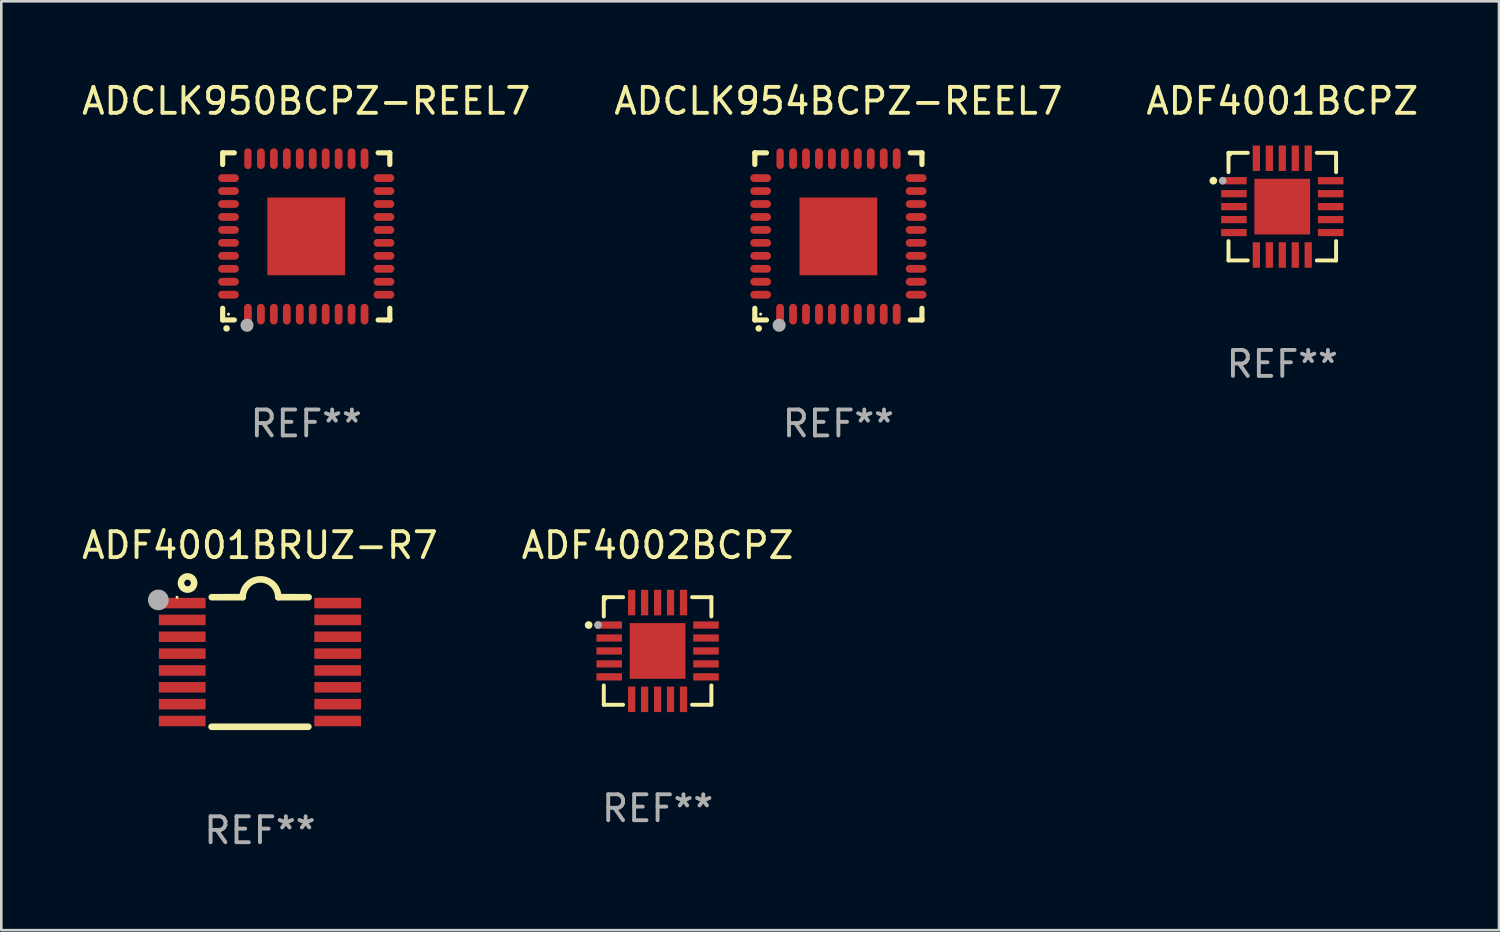
<source format=kicad_pcb>
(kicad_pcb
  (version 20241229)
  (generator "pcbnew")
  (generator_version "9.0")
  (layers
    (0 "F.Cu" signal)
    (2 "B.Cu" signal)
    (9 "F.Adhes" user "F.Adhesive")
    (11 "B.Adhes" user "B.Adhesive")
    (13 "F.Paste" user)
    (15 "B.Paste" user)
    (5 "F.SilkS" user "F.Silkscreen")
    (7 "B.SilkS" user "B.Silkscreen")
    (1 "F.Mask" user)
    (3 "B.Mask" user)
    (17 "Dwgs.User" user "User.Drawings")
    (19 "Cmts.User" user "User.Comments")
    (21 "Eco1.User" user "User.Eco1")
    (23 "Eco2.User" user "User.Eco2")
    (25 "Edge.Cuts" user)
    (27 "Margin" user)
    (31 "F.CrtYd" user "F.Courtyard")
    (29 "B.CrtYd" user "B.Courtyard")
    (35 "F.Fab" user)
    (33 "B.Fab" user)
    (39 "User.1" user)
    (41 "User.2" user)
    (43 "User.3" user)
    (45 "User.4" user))
  (footprint "ADF4001BRUZ-R7"
    (layer "F.Cu")
    (at 6.982 22.496)
    (property "Reference" "ADF4001BRUZ-R7" (at 0 -4.501 0) (layer "F.SilkS") (effects (font (size 1 1) (thickness 0.15))))
    (attr through_hole)
    (fp_line (start -1.868 2.501) (end 1.868 2.501) (stroke (width 0.254) (type solid)) (layer "F.SilkS"))
    (fp_line (start -1.86 -2.499) (end -0.666 -2.501) (stroke (width 0.254) (type solid)) (layer "F.SilkS"))
    (fp_line (start 0.706 -2.501) (end 1.88 -2.499) (stroke (width 0.254) (type solid)) (layer "F.SilkS"))
    (fp_arc (start -0.665914 -2.501448) (mid 0.019888 -3.18725) (end 0.70569 -2.501448) (stroke (width 0.254001) (type solid)) (layer "F.SilkS"))
    (fp_circle (center -3.2 -2.497) (end -3.17 -2.497) (stroke (width 0.06) (type solid)) (fill no) (layer "F.SilkS"))
    (fp_circle (center -2.794 -3.047) (end -2.54 -3.047) (stroke (width 0.254) (type solid)) (fill no) (layer "F.SilkS"))
    (fp_circle (center -3.921 -2.395) (end -3.721 -2.395) (stroke (width 0.4) (type solid)) (fill no) (layer "F.Fab"))
    (fp_text user "REF**" (at 0 6.501 0) (layer "F.Fab") (effects (font (size 1 1) (thickness 0.15))))
    (pad "1" smd rect (at -3 -2.272) (size 1.803 0.406) (layers "F.Cu" "F.Mask" "F.Paste"))
    (pad "2" smd rect (at -3 -1.622) (size 1.803 0.406) (layers "F.Cu" "F.Mask" "F.Paste"))
    (pad "3" smd rect (at -3 -0.972) (size 1.803 0.406) (layers "F.Cu" "F.Mask" "F.Paste"))
    (pad "4" smd rect (at -3 -0.322) (size 1.803 0.406) (layers "F.Cu" "F.Mask" "F.Paste"))
    (pad "5" smd rect (at -3 0.328) (size 1.803 0.406) (layers "F.Cu" "F.Mask" "F.Paste"))
    (pad "6" smd rect (at -3 0.978) (size 1.803 0.406) (layers "F.Cu" "F.Mask" "F.Paste"))
    (pad "7" smd rect (at -3 1.628) (size 1.803 0.406) (layers "F.Cu" "F.Mask" "F.Paste"))
    (pad "8" smd rect (at -3 2.278) (size 1.803 0.406) (layers "F.Cu" "F.Mask" "F.Paste"))
    (pad "9" smd rect (at 3 2.278) (size 1.803 0.406) (layers "F.Cu" "F.Mask" "F.Paste"))
    (pad "10" smd rect (at 3 1.628) (size 1.803 0.406) (layers "F.Cu" "F.Mask" "F.Paste"))
    (pad "11" smd rect (at 3 0.978) (size 1.803 0.406) (layers "F.Cu" "F.Mask" "F.Paste"))
    (pad "12" smd rect (at 3 0.328) (size 1.803 0.406) (layers "F.Cu" "F.Mask" "F.Paste"))
    (pad "13" smd rect (at 3 -0.322) (size 1.803 0.406) (layers "F.Cu" "F.Mask" "F.Paste"))
    (pad "14" smd rect (at 3 -0.972) (size 1.803 0.406) (layers "F.Cu" "F.Mask" "F.Paste"))
    (pad "15" smd rect (at 3 -1.622) (size 1.803 0.406) (layers "F.Cu" "F.Mask" "F.Paste"))
    (pad "16" smd rect (at 3 -2.272) (size 1.803 0.406) (layers "F.Cu" "F.Mask" "F.Paste")))
  (footprint "ADCLK954BCPZ-REEL7"
    (layer "F.Cu")
    (at 29.304 6.073)
    (property "Reference" "ADCLK954BCPZ-REEL7" (at 0 -5.225 0) (layer "F.SilkS") (effects (font (size 1 1) (thickness 0.15))))
    (attr through_hole)
    (fp_line (start -3.225 -3.225) (end -2.775 -3.225) (stroke (width 0.2) (type solid)) (layer "F.SilkS"))
    (fp_line (start -3.225 -2.775) (end -3.225 -3.225) (stroke (width 0.2) (type solid)) (layer "F.SilkS"))
    (fp_line (start -3.225 3.225) (end -3.225 2.775) (stroke (width 0.2) (type solid)) (layer "F.SilkS"))
    (fp_line (start -2.775 3.225) (end -3.225 3.225) (stroke (width 0.2) (type solid)) (layer "F.SilkS"))
    (fp_line (start 2.775 3.225) (end 3.225 3.225) (stroke (width 0.2) (type solid)) (layer "F.SilkS"))
    (fp_line (start 3.225 -3.225) (end 2.775 -3.225) (stroke (width 0.2) (type solid)) (layer "F.SilkS"))
    (fp_line (start 3.225 -2.775) (end 3.225 -3.225) (stroke (width 0.2) (type solid)) (layer "F.SilkS"))
    (fp_line (start 3.225 3.225) (end 3.225 2.775) (stroke (width 0.2) (type solid)) (layer "F.SilkS"))
    (fp_arc (start -3.075946 3.55094) (mid -3.074676 3.550934) (end -3.073406 3.55094) (stroke (width 0.25) (type solid)) (layer "F.SilkS"))
    (fp_circle (center -3 3) (end -2.97 3) (stroke (width 0.06) (type solid)) (fill no) (layer "F.SilkS"))
    (fp_circle (center -2.286 3.429) (end -2.159 3.429) (stroke (width 0.254) (type solid)) (fill no) (layer "F.Fab"))
    (fp_text user "REF**" (at 0 7.225 0) (layer "F.Fab") (effects (font (size 1 1) (thickness 0.15))))
    (pad "1" smd oval (at -2.25 3 180) (size 0.3 0.8) (layers "F.Cu" "F.Mask" "F.Paste"))
    (pad "2" smd oval (at -1.75 3 180) (size 0.3 0.8) (layers "F.Cu" "F.Mask" "F.Paste"))
    (pad "3" smd oval (at -1.25 3 180) (size 0.3 0.8) (layers "F.Cu" "F.Mask" "F.Paste"))
    (pad "4" smd oval (at -0.75 3 180) (size 0.3 0.8) (layers "F.Cu" "F.Mask" "F.Paste"))
    (pad "5" smd oval (at -0.25 3 180) (size 0.3 0.8) (layers "F.Cu" "F.Mask" "F.Paste"))
    (pad "6" smd oval (at 0.25 3 180) (size 0.3 0.8) (layers "F.Cu" "F.Mask" "F.Paste"))
    (pad "7" smd oval (at 0.75 3 180) (size 0.3 0.8) (layers "F.Cu" "F.Mask" "F.Paste"))
    (pad "8" smd oval (at 1.25 3 180) (size 0.3 0.8) (layers "F.Cu" "F.Mask" "F.Paste"))
    (pad "9" smd oval (at 1.75 3 180) (size 0.3 0.8) (layers "F.Cu" "F.Mask" "F.Paste"))
    (pad "10" smd oval (at 2.25 3 180) (size 0.3 0.8) (layers "F.Cu" "F.Mask" "F.Paste"))
    (pad "11" smd oval (at 3 2.25 90) (size 0.3 0.8) (layers "F.Cu" "F.Mask" "F.Paste"))
    (pad "12" smd oval (at 3 1.75 90) (size 0.3 0.8) (layers "F.Cu" "F.Mask" "F.Paste"))
    (pad "13" smd oval (at 3 1.25 90) (size 0.3 0.8) (layers "F.Cu" "F.Mask" "F.Paste"))
    (pad "14" smd oval (at 3 0.75 90) (size 0.3 0.8) (layers "F.Cu" "F.Mask" "F.Paste"))
    (pad "15" smd oval (at 3 0.25 90) (size 0.3 0.8) (layers "F.Cu" "F.Mask" "F.Paste"))
    (pad "16" smd oval (at 3 -0.25 90) (size 0.3 0.8) (layers "F.Cu" "F.Mask" "F.Paste"))
    (pad "17" smd oval (at 3 -0.75 90) (size 0.3 0.8) (layers "F.Cu" "F.Mask" "F.Paste"))
    (pad "18" smd oval (at 3 -1.25 90) (size 0.3 0.8) (layers "F.Cu" "F.Mask" "F.Paste"))
    (pad "19" smd oval (at 3 -1.75 90) (size 0.3 0.8) (layers "F.Cu" "F.Mask" "F.Paste"))
    (pad "20" smd oval (at 3 -2.25 90) (size 0.3 0.8) (layers "F.Cu" "F.Mask" "F.Paste"))
    (pad "21" smd oval (at 2.25 -3 180) (size 0.3 0.8) (layers "F.Cu" "F.Mask" "F.Paste"))
    (pad "22" smd oval (at 1.75 -3 180) (size 0.3 0.8) (layers "F.Cu" "F.Mask" "F.Paste"))
    (pad "23" smd oval (at 1.25 -3 180) (size 0.3 0.8) (layers "F.Cu" "F.Mask" "F.Paste"))
    (pad "24" smd oval (at 0.75 -3 180) (size 0.3 0.8) (layers "F.Cu" "F.Mask" "F.Paste"))
    (pad "25" smd oval (at 0.25 -3 180) (size 0.3 0.8) (layers "F.Cu" "F.Mask" "F.Paste"))
    (pad "26" smd oval (at -0.25 -3 180) (size 0.3 0.8) (layers "F.Cu" "F.Mask" "F.Paste"))
    (pad "27" smd oval (at -0.75 -3 180) (size 0.3 0.8) (layers "F.Cu" "F.Mask" "F.Paste"))
    (pad "28" smd oval (at -1.25 -3 180) (size 0.3 0.8) (layers "F.Cu" "F.Mask" "F.Paste"))
    (pad "29" smd oval (at -1.75 -3 180) (size 0.3 0.8) (layers "F.Cu" "F.Mask" "F.Paste"))
    (pad "30" smd oval (at -2.25 -3 180) (size 0.28 0.8) (layers "F.Cu" "F.Mask" "F.Paste"))
    (pad "31" smd oval (at -3 -2.25 90) (size 0.3 0.8) (layers "F.Cu" "F.Mask" "F.Paste"))
    (pad "32" smd oval (at -3 -1.75 90) (size 0.3 0.8) (layers "F.Cu" "F.Mask" "F.Paste"))
    (pad "33" smd oval (at -3 -1.25 90) (size 0.3 0.8) (layers "F.Cu" "F.Mask" "F.Paste"))
    (pad "34" smd oval (at -3 -0.75 90) (size 0.3 0.8) (layers "F.Cu" "F.Mask" "F.Paste"))
    (pad "35" smd oval (at -3 -0.25 90) (size 0.3 0.8) (layers "F.Cu" "F.Mask" "F.Paste"))
    (pad "36" smd oval (at -3 0.25 90) (size 0.3 0.8) (layers "F.Cu" "F.Mask" "F.Paste"))
    (pad "37" smd oval (at -3 0.75 90) (size 0.3 0.8) (layers "F.Cu" "F.Mask" "F.Paste"))
    (pad "38" smd oval (at -3 1.25 90) (size 0.3 0.8) (layers "F.Cu" "F.Mask" "F.Paste"))
    (pad "39" smd oval (at -3 1.75 90) (size 0.3 0.8) (layers "F.Cu" "F.Mask" "F.Paste"))
    (pad "40" smd oval (at -3 2.25 90) (size 0.3 0.8) (layers "F.Cu" "F.Mask" "F.Paste"))
    (pad "41" smd rect (at -0.000025 -0.000013 90) (size 3 3) (layers "F.Cu" "F.Mask" "F.Paste")))
  (footprint "ADCLK950BCPZ-REEL7"
    (layer "F.Cu")
    (at 8.768 6.073)
    (property "Reference" "ADCLK950BCPZ-REEL7" (at 0 -5.225 0) (layer "F.SilkS") (effects (font (size 1 1) (thickness 0.15))))
    (attr through_hole)
    (fp_line (start -3.225 -3.225) (end -2.775 -3.225) (stroke (width 0.2) (type solid)) (layer "F.SilkS"))
    (fp_line (start -3.225 -2.775) (end -3.225 -3.225) (stroke (width 0.2) (type solid)) (layer "F.SilkS"))
    (fp_line (start -3.225 3.225) (end -3.225 2.775) (stroke (width 0.2) (type solid)) (layer "F.SilkS"))
    (fp_line (start -2.775 3.225) (end -3.225 3.225) (stroke (width 0.2) (type solid)) (layer "F.SilkS"))
    (fp_line (start 2.775 3.225) (end 3.225 3.225) (stroke (width 0.2) (type solid)) (layer "F.SilkS"))
    (fp_line (start 3.225 -3.225) (end 2.775 -3.225) (stroke (width 0.2) (type solid)) (layer "F.SilkS"))
    (fp_line (start 3.225 -2.775) (end 3.225 -3.225) (stroke (width 0.2) (type solid)) (layer "F.SilkS"))
    (fp_line (start 3.225 3.225) (end 3.225 2.775) (stroke (width 0.2) (type solid)) (layer "F.SilkS"))
    (fp_arc (start -3.075946 3.55094) (mid -3.074676 3.550934) (end -3.073406 3.55094) (stroke (width 0.25) (type solid)) (layer "F.SilkS"))
    (fp_circle (center -3 3) (end -2.97 3) (stroke (width 0.06) (type solid)) (fill no) (layer "F.SilkS"))
    (fp_circle (center -2.286 3.429) (end -2.159 3.429) (stroke (width 0.254) (type solid)) (fill no) (layer "F.Fab"))
    (fp_text user "REF**" (at 0 7.225 0) (layer "F.Fab") (effects (font (size 1 1) (thickness 0.15))))
    (pad "1" smd oval (at -2.25 3 180) (size 0.3 0.8) (layers "F.Cu" "F.Mask" "F.Paste"))
    (pad "2" smd oval (at -1.75 3 180) (size 0.3 0.8) (layers "F.Cu" "F.Mask" "F.Paste"))
    (pad "3" smd oval (at -1.25 3 180) (size 0.3 0.8) (layers "F.Cu" "F.Mask" "F.Paste"))
    (pad "4" smd oval (at -0.75 3 180) (size 0.3 0.8) (layers "F.Cu" "F.Mask" "F.Paste"))
    (pad "5" smd oval (at -0.25 3 180) (size 0.3 0.8) (layers "F.Cu" "F.Mask" "F.Paste"))
    (pad "6" smd oval (at 0.25 3 180) (size 0.3 0.8) (layers "F.Cu" "F.Mask" "F.Paste"))
    (pad "7" smd oval (at 0.75 3 180) (size 0.3 0.8) (layers "F.Cu" "F.Mask" "F.Paste"))
    (pad "8" smd oval (at 1.25 3 180) (size 0.3 0.8) (layers "F.Cu" "F.Mask" "F.Paste"))
    (pad "9" smd oval (at 1.75 3 180) (size 0.3 0.8) (layers "F.Cu" "F.Mask" "F.Paste"))
    (pad "10" smd oval (at 2.25 3 180) (size 0.3 0.8) (layers "F.Cu" "F.Mask" "F.Paste"))
    (pad "11" smd oval (at 3 2.25 90) (size 0.3 0.8) (layers "F.Cu" "F.Mask" "F.Paste"))
    (pad "12" smd oval (at 3 1.75 90) (size 0.3 0.8) (layers "F.Cu" "F.Mask" "F.Paste"))
    (pad "13" smd oval (at 3 1.25 90) (size 0.3 0.8) (layers "F.Cu" "F.Mask" "F.Paste"))
    (pad "14" smd oval (at 3 0.75 90) (size 0.3 0.8) (layers "F.Cu" "F.Mask" "F.Paste"))
    (pad "15" smd oval (at 3 0.25 90) (size 0.3 0.8) (layers "F.Cu" "F.Mask" "F.Paste"))
    (pad "16" smd oval (at 3 -0.25 90) (size 0.3 0.8) (layers "F.Cu" "F.Mask" "F.Paste"))
    (pad "17" smd oval (at 3 -0.75 90) (size 0.3 0.8) (layers "F.Cu" "F.Mask" "F.Paste"))
    (pad "18" smd oval (at 3 -1.25 90) (size 0.3 0.8) (layers "F.Cu" "F.Mask" "F.Paste"))
    (pad "19" smd oval (at 3 -1.75 90) (size 0.3 0.8) (layers "F.Cu" "F.Mask" "F.Paste"))
    (pad "20" smd oval (at 3 -2.25 90) (size 0.3 0.8) (layers "F.Cu" "F.Mask" "F.Paste"))
    (pad "21" smd oval (at 2.25 -3 180) (size 0.3 0.8) (layers "F.Cu" "F.Mask" "F.Paste"))
    (pad "22" smd oval (at 1.75 -3 180) (size 0.3 0.8) (layers "F.Cu" "F.Mask" "F.Paste"))
    (pad "23" smd oval (at 1.25 -3 180) (size 0.3 0.8) (layers "F.Cu" "F.Mask" "F.Paste"))
    (pad "24" smd oval (at 0.75 -3 180) (size 0.3 0.8) (layers "F.Cu" "F.Mask" "F.Paste"))
    (pad "25" smd oval (at 0.25 -3 180) (size 0.3 0.8) (layers "F.Cu" "F.Mask" "F.Paste"))
    (pad "26" smd oval (at -0.25 -3 180) (size 0.3 0.8) (layers "F.Cu" "F.Mask" "F.Paste"))
    (pad "27" smd oval (at -0.75 -3 180) (size 0.3 0.8) (layers "F.Cu" "F.Mask" "F.Paste"))
    (pad "28" smd oval (at -1.25 -3 180) (size 0.3 0.8) (layers "F.Cu" "F.Mask" "F.Paste"))
    (pad "29" smd oval (at -1.75 -3 180) (size 0.3 0.8) (layers "F.Cu" "F.Mask" "F.Paste"))
    (pad "30" smd oval (at -2.25 -3 180) (size 0.28 0.8) (layers "F.Cu" "F.Mask" "F.Paste"))
    (pad "31" smd oval (at -3 -2.25 90) (size 0.3 0.8) (layers "F.Cu" "F.Mask" "F.Paste"))
    (pad "32" smd oval (at -3 -1.75 90) (size 0.3 0.8) (layers "F.Cu" "F.Mask" "F.Paste"))
    (pad "33" smd oval (at -3 -1.25 90) (size 0.3 0.8) (layers "F.Cu" "F.Mask" "F.Paste"))
    (pad "34" smd oval (at -3 -0.75 90) (size 0.3 0.8) (layers "F.Cu" "F.Mask" "F.Paste"))
    (pad "35" smd oval (at -3 -0.25 90) (size 0.3 0.8) (layers "F.Cu" "F.Mask" "F.Paste"))
    (pad "36" smd oval (at -3 0.25 90) (size 0.3 0.8) (layers "F.Cu" "F.Mask" "F.Paste"))
    (pad "37" smd oval (at -3 0.75 90) (size 0.3 0.8) (layers "F.Cu" "F.Mask" "F.Paste"))
    (pad "38" smd oval (at -3 1.25 90) (size 0.3 0.8) (layers "F.Cu" "F.Mask" "F.Paste"))
    (pad "39" smd oval (at -3 1.75 90) (size 0.3 0.8) (layers "F.Cu" "F.Mask" "F.Paste"))
    (pad "40" smd oval (at -3 2.25 90) (size 0.3 0.8) (layers "F.Cu" "F.Mask" "F.Paste"))
    (pad "41" smd rect (at -0.000025 -0.000013 90) (size 3 3) (layers "F.Cu" "F.Mask" "F.Paste")))
  (footprint "ADF4002BCPZ"
    (layer "F.Cu")
    (at 22.327 22.071)
    (property "Reference" "ADF4002BCPZ" (at 0 -4.076 0) (layer "F.SilkS") (effects (font (size 1 1) (thickness 0.15))))
    (attr through_hole)
    (fp_line (start -2.076 -2.076) (end -2.076 -1.331) (stroke (width 0.152) (type solid)) (layer "F.SilkS"))
    (fp_line (start -2.076 2.076) (end -2.076 1.331) (stroke (width 0.152) (type solid)) (layer "F.SilkS"))
    (fp_line (start -1.331 -2.076) (end -2.076 -2.076) (stroke (width 0.152) (type solid)) (layer "F.SilkS"))
    (fp_line (start -1.331 2.076) (end -2.076 2.076) (stroke (width 0.152) (type solid)) (layer "F.SilkS"))
    (fp_line (start 1.331 -2.076) (end 2.076 -2.076) (stroke (width 0.152) (type solid)) (layer "F.SilkS"))
    (fp_line (start 1.331 2.076) (end 2.076 2.076) (stroke (width 0.152) (type solid)) (layer "F.SilkS"))
    (fp_line (start 2.076 -2.076) (end 2.076 -1.331) (stroke (width 0.152) (type solid)) (layer "F.SilkS"))
    (fp_line (start 2.076 2.076) (end 2.076 1.331) (stroke (width 0.152) (type solid)) (layer "F.SilkS"))
    (fp_circle (center -2.66 -1) (end -2.585 -1) (stroke (width 0.15) (type solid)) (fill no) (layer "F.SilkS"))
    (fp_circle (center -2 -2) (end -1.97 -2) (stroke (width 0.06) (type solid)) (fill no) (layer "F.SilkS"))
    (fp_circle (center -2.3 -1) (end -2.225 -1) (stroke (width 0.15) (type solid)) (fill no) (layer "F.Fab"))
    (fp_text user "REF**" (at 0 6.076 0) (layer "F.Fab") (effects (font (size 1 1) (thickness 0.15))))
    (pad "1" smd rect (at -1.867 -1) (size 0.985 0.28) (layers "F.Cu" "F.Mask" "F.Paste"))
    (pad "2" smd rect (at -1.867 -0.5) (size 0.985 0.28) (layers "F.Cu" "F.Mask" "F.Paste"))
    (pad "3" smd rect (at -1.867 0) (size 0.985 0.28) (layers "F.Cu" "F.Mask" "F.Paste"))
    (pad "4" smd rect (at -1.867 0.5) (size 0.985 0.28) (layers "F.Cu" "F.Mask" "F.Paste"))
    (pad "5" smd rect (at -1.867 1) (size 0.985 0.28) (layers "F.Cu" "F.Mask" "F.Paste"))
    (pad "6" smd rect (at -1 1.867) (size 0.28 0.985) (layers "F.Cu" "F.Mask" "F.Paste"))
    (pad "7" smd rect (at -0.5 1.867) (size 0.28 0.985) (layers "F.Cu" "F.Mask" "F.Paste"))
    (pad "8" smd rect (at 0 1.867) (size 0.28 0.985) (layers "F.Cu" "F.Mask" "F.Paste"))
    (pad "9" smd rect (at 0.5 1.867) (size 0.28 0.985) (layers "F.Cu" "F.Mask" "F.Paste"))
    (pad "10" smd rect (at 1 1.867) (size 0.28 0.985) (layers "F.Cu" "F.Mask" "F.Paste"))
    (pad "11" smd rect (at 1.867 1) (size 0.985 0.28) (layers "F.Cu" "F.Mask" "F.Paste"))
    (pad "12" smd rect (at 1.867 0.5) (size 0.985 0.28) (layers "F.Cu" "F.Mask" "F.Paste"))
    (pad "13" smd rect (at 1.867 0) (size 0.985 0.28) (layers "F.Cu" "F.Mask" "F.Paste"))
    (pad "14" smd rect (at 1.867 -0.5) (size 0.985 0.28) (layers "F.Cu" "F.Mask" "F.Paste"))
    (pad "15" smd rect (at 1.867 -1) (size 0.985 0.28) (layers "F.Cu" "F.Mask" "F.Paste"))
    (pad "16" smd rect (at 1 -1.867) (size 0.28 0.985) (layers "F.Cu" "F.Mask" "F.Paste"))
    (pad "17" smd rect (at 0.5 -1.867) (size 0.28 0.985) (layers "F.Cu" "F.Mask" "F.Paste"))
    (pad "18" smd rect (at 0 -1.867) (size 0.28 0.985) (layers "F.Cu" "F.Mask" "F.Paste"))
    (pad "19" smd rect (at -0.5 -1.867) (size 0.28 0.985) (layers "F.Cu" "F.Mask" "F.Paste"))
    (pad "20" smd rect (at -1 -1.867) (size 0.28 0.985) (layers "F.Cu" "F.Mask" "F.Paste"))
    (pad "21" smd rect (at 0 0) (size 2.15 2.15) (layers "F.Cu" "F.Mask" "F.Paste")))
  (footprint "ADF4001BCPZ"
    (layer "F.Cu")
    (at 46.435 4.924)
    (property "Reference" "ADF4001BCPZ" (at 0 -4.076 0) (layer "F.SilkS") (effects (font (size 1 1) (thickness 0.15))))
    (attr through_hole)
    (fp_line (start -2.076 -2.076) (end -2.076 -1.331) (stroke (width 0.152) (type solid)) (layer "F.SilkS"))
    (fp_line (start -2.076 2.076) (end -2.076 1.331) (stroke (width 0.152) (type solid)) (layer "F.SilkS"))
    (fp_line (start -1.331 -2.076) (end -2.076 -2.076) (stroke (width 0.152) (type solid)) (layer "F.SilkS"))
    (fp_line (start -1.331 2.076) (end -2.076 2.076) (stroke (width 0.152) (type solid)) (layer "F.SilkS"))
    (fp_line (start 1.331 -2.076) (end 2.076 -2.076) (stroke (width 0.152) (type solid)) (layer "F.SilkS"))
    (fp_line (start 1.331 2.076) (end 2.076 2.076) (stroke (width 0.152) (type solid)) (layer "F.SilkS"))
    (fp_line (start 2.076 -2.076) (end 2.076 -1.331) (stroke (width 0.152) (type solid)) (layer "F.SilkS"))
    (fp_line (start 2.076 2.076) (end 2.076 1.331) (stroke (width 0.152) (type solid)) (layer "F.SilkS"))
    (fp_circle (center -2.66 -1) (end -2.585 -1) (stroke (width 0.15) (type solid)) (fill no) (layer "F.SilkS"))
    (fp_circle (center -2 -2) (end -1.97 -2) (stroke (width 0.06) (type solid)) (fill no) (layer "F.SilkS"))
    (fp_circle (center -2.3 -1) (end -2.225 -1) (stroke (width 0.15) (type solid)) (fill no) (layer "F.Fab"))
    (fp_text user "REF**" (at 0 6.076 0) (layer "F.Fab") (effects (font (size 1 1) (thickness 0.15))))
    (pad "1" smd rect (at -1.867 -1) (size 0.985 0.28) (layers "F.Cu" "F.Mask" "F.Paste"))
    (pad "2" smd rect (at -1.867 -0.5) (size 0.985 0.28) (layers "F.Cu" "F.Mask" "F.Paste"))
    (pad "3" smd rect (at -1.867 0) (size 0.985 0.28) (layers "F.Cu" "F.Mask" "F.Paste"))
    (pad "4" smd rect (at -1.867 0.5) (size 0.985 0.28) (layers "F.Cu" "F.Mask" "F.Paste"))
    (pad "5" smd rect (at -1.867 1) (size 0.985 0.28) (layers "F.Cu" "F.Mask" "F.Paste"))
    (pad "6" smd rect (at -1 1.867) (size 0.28 0.985) (layers "F.Cu" "F.Mask" "F.Paste"))
    (pad "7" smd rect (at -0.5 1.867) (size 0.28 0.985) (layers "F.Cu" "F.Mask" "F.Paste"))
    (pad "8" smd rect (at 0 1.867) (size 0.28 0.985) (layers "F.Cu" "F.Mask" "F.Paste"))
    (pad "9" smd rect (at 0.5 1.867) (size 0.28 0.985) (layers "F.Cu" "F.Mask" "F.Paste"))
    (pad "10" smd rect (at 1 1.867) (size 0.28 0.985) (layers "F.Cu" "F.Mask" "F.Paste"))
    (pad "11" smd rect (at 1.867 1) (size 0.985 0.28) (layers "F.Cu" "F.Mask" "F.Paste"))
    (pad "12" smd rect (at 1.867 0.5) (size 0.985 0.28) (layers "F.Cu" "F.Mask" "F.Paste"))
    (pad "13" smd rect (at 1.867 0) (size 0.985 0.28) (layers "F.Cu" "F.Mask" "F.Paste"))
    (pad "14" smd rect (at 1.867 -0.5) (size 0.985 0.28) (layers "F.Cu" "F.Mask" "F.Paste"))
    (pad "15" smd rect (at 1.867 -1) (size 0.985 0.28) (layers "F.Cu" "F.Mask" "F.Paste"))
    (pad "16" smd rect (at 1 -1.867) (size 0.28 0.985) (layers "F.Cu" "F.Mask" "F.Paste"))
    (pad "17" smd rect (at 0.5 -1.867) (size 0.28 0.985) (layers "F.Cu" "F.Mask" "F.Paste"))
    (pad "18" smd rect (at 0 -1.867) (size 0.28 0.985) (layers "F.Cu" "F.Mask" "F.Paste"))
    (pad "19" smd rect (at -0.5 -1.867) (size 0.28 0.985) (layers "F.Cu" "F.Mask" "F.Paste"))
    (pad "20" smd rect (at -1 -1.867) (size 0.28 0.985) (layers "F.Cu" "F.Mask" "F.Paste"))
    (pad "21" smd rect (at 0 0) (size 2.15 2.15) (layers "F.Cu" "F.Mask" "F.Paste")))
  (gr_rect
    (start -3 -3)
    (end 54.798 32.846)
    (stroke (width 0.1) (type default))
    (fill no)
    (layer "Edge.Cuts")))
</source>
